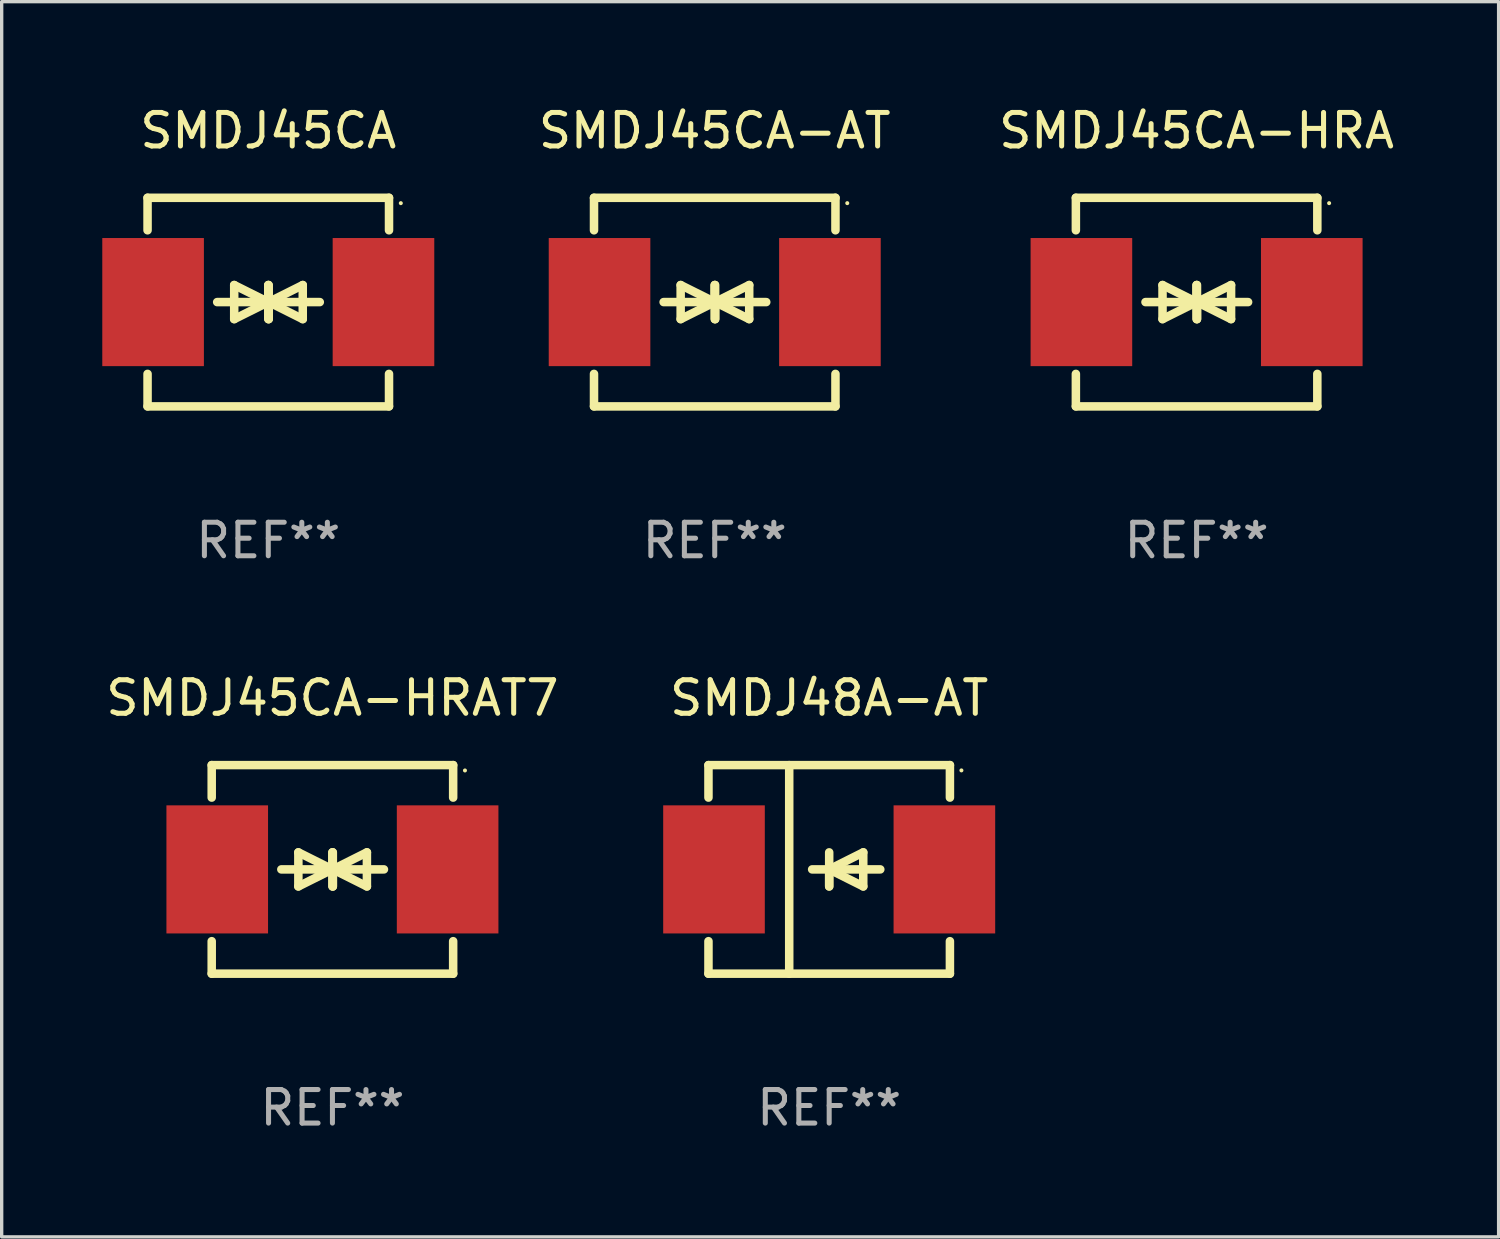
<source format=kicad_pcb>
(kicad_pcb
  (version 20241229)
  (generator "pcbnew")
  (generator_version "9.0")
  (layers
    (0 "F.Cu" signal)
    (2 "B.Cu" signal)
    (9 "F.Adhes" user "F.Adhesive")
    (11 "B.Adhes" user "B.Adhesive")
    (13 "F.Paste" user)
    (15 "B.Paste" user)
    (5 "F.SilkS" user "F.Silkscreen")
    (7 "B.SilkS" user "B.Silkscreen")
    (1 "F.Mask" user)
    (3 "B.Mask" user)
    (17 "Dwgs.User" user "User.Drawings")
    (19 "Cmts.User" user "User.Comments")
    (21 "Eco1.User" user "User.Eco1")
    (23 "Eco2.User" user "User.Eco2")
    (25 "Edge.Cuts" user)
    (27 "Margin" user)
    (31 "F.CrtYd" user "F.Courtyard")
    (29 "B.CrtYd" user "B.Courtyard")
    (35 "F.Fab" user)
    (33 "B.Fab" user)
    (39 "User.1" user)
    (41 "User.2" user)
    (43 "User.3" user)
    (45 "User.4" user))
  (footprint "SMDJ45CA-HRA"
    (layer "F.Cu")
    (at 32.632 5.958)
    (property "Reference" "SMDJ45CA-HRA" (at 0 -5.11 0) (layer "F.SilkS") (effects (font (size 1 1) (thickness 0.15))))
    (attr through_hole)
    (fp_line (start -3.6 -2.141) (end -3.6 -3.11) (stroke (width 0.254) (type solid)) (layer "F.SilkS"))
    (fp_line (start -3.6 3.11) (end -3.6 2.141) (stroke (width 0.254) (type solid)) (layer "F.SilkS"))
    (fp_line (start -1.524 0) (end 0.508 0) (stroke (width 0.254) (type solid)) (layer "F.SilkS"))
    (fp_line (start -1.016 -0.508) (end -1.016 0.508) (stroke (width 0.254) (type solid)) (layer "F.SilkS"))
    (fp_line (start -1.016 0.508) (end 0 0) (stroke (width 0.254) (type solid)) (layer "F.SilkS"))
    (fp_line (start 0 -0.508) (end 0 0.508) (stroke (width 0.254) (type solid)) (layer "F.SilkS"))
    (fp_line (start 0 0) (end -1.016 -0.508) (stroke (width 0.254) (type solid)) (layer "F.SilkS"))
    (fp_line (start 0 0) (end 0 -0.508) (stroke (width 0.254) (type solid)) (layer "F.SilkS"))
    (fp_line (start 0.012 0) (end 0.012 0.508) (stroke (width 0.254) (type solid)) (layer "F.SilkS"))
    (fp_line (start 0.012 0) (end 1.028 0.508) (stroke (width 0.254) (type solid)) (layer "F.SilkS"))
    (fp_line (start 0.012 0.508) (end 0.012 -0.508) (stroke (width 0.254) (type solid)) (layer "F.SilkS"))
    (fp_line (start 1.028 -0.508) (end 0.012 0) (stroke (width 0.254) (type solid)) (layer "F.SilkS"))
    (fp_line (start 1.028 0.508) (end 1.028 -0.508) (stroke (width 0.254) (type solid)) (layer "F.SilkS"))
    (fp_line (start 1.536 0) (end -0.496 0) (stroke (width 0.254) (type solid)) (layer "F.SilkS"))
    (fp_line (start 3.6 -3.11) (end -3.6 -3.11) (stroke (width 0.254) (type solid)) (layer "F.SilkS"))
    (fp_line (start 3.6 -2.141) (end 3.6 -3.11) (stroke (width 0.254) (type solid)) (layer "F.SilkS"))
    (fp_line (start 3.6 3.11) (end -3.6 3.11) (stroke (width 0.254) (type solid)) (layer "F.SilkS"))
    (fp_line (start 3.6 3.11) (end 3.6 2.141) (stroke (width 0.254) (type solid)) (layer "F.SilkS"))
    (fp_circle (center 3.952 -2.95) (end 3.982 -2.95) (stroke (width 0.06) (type solid)) (fill no) (layer "F.SilkS"))
    (fp_text user "REF**" (at 0 7.11 0) (layer "F.Fab") (effects (font (size 1 1) (thickness 0.15))))
    (pad "1" smd rect (at 3.435 0) (size 3.03 3.82) (layers "F.Cu" "F.Mask" "F.Paste"))
    (pad "2" smd rect (at -3.435 0) (size 3.03 3.82) (layers "F.Cu" "F.Mask" "F.Paste")))
  (footprint "SMDJ45CA"
    (layer "F.Cu")
    (at 4.95 5.958)
    (property "Reference" "SMDJ45CA" (at 0 -5.11 0) (layer "F.SilkS") (effects (font (size 1 1) (thickness 0.15))))
    (attr through_hole)
    (fp_line (start -3.6 -2.141) (end -3.6 -3.11) (stroke (width 0.254) (type solid)) (layer "F.SilkS"))
    (fp_line (start -3.6 3.11) (end -3.6 2.141) (stroke (width 0.254) (type solid)) (layer "F.SilkS"))
    (fp_line (start -1.524 0) (end 0.508 0) (stroke (width 0.254) (type solid)) (layer "F.SilkS"))
    (fp_line (start -1.016 -0.508) (end -1.016 0.508) (stroke (width 0.254) (type solid)) (layer "F.SilkS"))
    (fp_line (start -1.016 0.508) (end 0 0) (stroke (width 0.254) (type solid)) (layer "F.SilkS"))
    (fp_line (start 0 -0.508) (end 0 0.508) (stroke (width 0.254) (type solid)) (layer "F.SilkS"))
    (fp_line (start 0 0) (end -1.016 -0.508) (stroke (width 0.254) (type solid)) (layer "F.SilkS"))
    (fp_line (start 0 0) (end 0 -0.508) (stroke (width 0.254) (type solid)) (layer "F.SilkS"))
    (fp_line (start 0.012 0) (end 0.012 0.508) (stroke (width 0.254) (type solid)) (layer "F.SilkS"))
    (fp_line (start 0.012 0) (end 1.028 0.508) (stroke (width 0.254) (type solid)) (layer "F.SilkS"))
    (fp_line (start 0.012 0.508) (end 0.012 -0.508) (stroke (width 0.254) (type solid)) (layer "F.SilkS"))
    (fp_line (start 1.028 -0.508) (end 0.012 0) (stroke (width 0.254) (type solid)) (layer "F.SilkS"))
    (fp_line (start 1.028 0.508) (end 1.028 -0.508) (stroke (width 0.254) (type solid)) (layer "F.SilkS"))
    (fp_line (start 1.536 0) (end -0.496 0) (stroke (width 0.254) (type solid)) (layer "F.SilkS"))
    (fp_line (start 3.6 -3.11) (end -3.6 -3.11) (stroke (width 0.254) (type solid)) (layer "F.SilkS"))
    (fp_line (start 3.6 -2.141) (end 3.6 -3.11) (stroke (width 0.254) (type solid)) (layer "F.SilkS"))
    (fp_line (start 3.6 3.11) (end -3.6 3.11) (stroke (width 0.254) (type solid)) (layer "F.SilkS"))
    (fp_line (start 3.6 3.11) (end 3.6 2.141) (stroke (width 0.254) (type solid)) (layer "F.SilkS"))
    (fp_circle (center 3.952 -2.95) (end 3.982 -2.95) (stroke (width 0.06) (type solid)) (fill no) (layer "F.SilkS"))
    (fp_text user "REF**" (at 0 7.11 0) (layer "F.Fab") (effects (font (size 1 1) (thickness 0.15))))
    (pad "1" smd rect (at 3.435 0) (size 3.03 3.82) (layers "F.Cu" "F.Mask" "F.Paste"))
    (pad "2" smd rect (at -3.435 0) (size 3.03 3.82) (layers "F.Cu" "F.Mask" "F.Paste")))
  (footprint "SMDJ45CA-AT"
    (layer "F.Cu")
    (at 18.263 5.958)
    (property "Reference" "SMDJ45CA-AT" (at 0 -5.11 0) (layer "F.SilkS") (effects (font (size 1 1) (thickness 0.15))))
    (attr through_hole)
    (fp_line (start -3.6 -2.141) (end -3.6 -3.11) (stroke (width 0.254) (type solid)) (layer "F.SilkS"))
    (fp_line (start -3.6 3.11) (end -3.6 2.141) (stroke (width 0.254) (type solid)) (layer "F.SilkS"))
    (fp_line (start -1.524 0) (end 0.508 0) (stroke (width 0.254) (type solid)) (layer "F.SilkS"))
    (fp_line (start -1.016 -0.508) (end -1.016 0.508) (stroke (width 0.254) (type solid)) (layer "F.SilkS"))
    (fp_line (start -1.016 0.508) (end 0 0) (stroke (width 0.254) (type solid)) (layer "F.SilkS"))
    (fp_line (start 0 -0.508) (end 0 0.508) (stroke (width 0.254) (type solid)) (layer "F.SilkS"))
    (fp_line (start 0 0) (end -1.016 -0.508) (stroke (width 0.254) (type solid)) (layer "F.SilkS"))
    (fp_line (start 0 0) (end 0 -0.508) (stroke (width 0.254) (type solid)) (layer "F.SilkS"))
    (fp_line (start 0.012 0) (end 0.012 0.508) (stroke (width 0.254) (type solid)) (layer "F.SilkS"))
    (fp_line (start 0.012 0) (end 1.028 0.508) (stroke (width 0.254) (type solid)) (layer "F.SilkS"))
    (fp_line (start 0.012 0.508) (end 0.012 -0.508) (stroke (width 0.254) (type solid)) (layer "F.SilkS"))
    (fp_line (start 1.028 -0.508) (end 0.012 0) (stroke (width 0.254) (type solid)) (layer "F.SilkS"))
    (fp_line (start 1.028 0.508) (end 1.028 -0.508) (stroke (width 0.254) (type solid)) (layer "F.SilkS"))
    (fp_line (start 1.536 0) (end -0.496 0) (stroke (width 0.254) (type solid)) (layer "F.SilkS"))
    (fp_line (start 3.6 -3.11) (end -3.6 -3.11) (stroke (width 0.254) (type solid)) (layer "F.SilkS"))
    (fp_line (start 3.6 -2.141) (end 3.6 -3.11) (stroke (width 0.254) (type solid)) (layer "F.SilkS"))
    (fp_line (start 3.6 3.11) (end -3.6 3.11) (stroke (width 0.254) (type solid)) (layer "F.SilkS"))
    (fp_line (start 3.6 3.11) (end 3.6 2.141) (stroke (width 0.254) (type solid)) (layer "F.SilkS"))
    (fp_circle (center 3.952 -2.95) (end 3.982 -2.95) (stroke (width 0.06) (type solid)) (fill no) (layer "F.SilkS"))
    (fp_text user "REF**" (at 0 7.11 0) (layer "F.Fab") (effects (font (size 1 1) (thickness 0.15))))
    (pad "1" smd rect (at 3.435 0) (size 3.03 3.82) (layers "F.Cu" "F.Mask" "F.Paste"))
    (pad "2" smd rect (at -3.435 0) (size 3.03 3.82) (layers "F.Cu" "F.Mask" "F.Paste")))
  (footprint "SMDJ45CA-HRAT7"
    (layer "F.Cu")
    (at 6.863 22.875)
    (property "Reference" "SMDJ45CA-HRAT7" (at 0 -5.11 0) (layer "F.SilkS") (effects (font (size 1 1) (thickness 0.15))))
    (attr through_hole)
    (fp_line (start -3.6 -2.141) (end -3.6 -3.11) (stroke (width 0.254) (type solid)) (layer "F.SilkS"))
    (fp_line (start -3.6 3.11) (end -3.6 2.141) (stroke (width 0.254) (type solid)) (layer "F.SilkS"))
    (fp_line (start -1.524 0) (end 0.508 0) (stroke (width 0.254) (type solid)) (layer "F.SilkS"))
    (fp_line (start -1.016 -0.508) (end -1.016 0.508) (stroke (width 0.254) (type solid)) (layer "F.SilkS"))
    (fp_line (start -1.016 0.508) (end 0 0) (stroke (width 0.254) (type solid)) (layer "F.SilkS"))
    (fp_line (start 0 -0.508) (end 0 0.508) (stroke (width 0.254) (type solid)) (layer "F.SilkS"))
    (fp_line (start 0 0) (end -1.016 -0.508) (stroke (width 0.254) (type solid)) (layer "F.SilkS"))
    (fp_line (start 0 0) (end 0 -0.508) (stroke (width 0.254) (type solid)) (layer "F.SilkS"))
    (fp_line (start 0.012 0) (end 0.012 0.508) (stroke (width 0.254) (type solid)) (layer "F.SilkS"))
    (fp_line (start 0.012 0) (end 1.028 0.508) (stroke (width 0.254) (type solid)) (layer "F.SilkS"))
    (fp_line (start 0.012 0.508) (end 0.012 -0.508) (stroke (width 0.254) (type solid)) (layer "F.SilkS"))
    (fp_line (start 1.028 -0.508) (end 0.012 0) (stroke (width 0.254) (type solid)) (layer "F.SilkS"))
    (fp_line (start 1.028 0.508) (end 1.028 -0.508) (stroke (width 0.254) (type solid)) (layer "F.SilkS"))
    (fp_line (start 1.536 0) (end -0.496 0) (stroke (width 0.254) (type solid)) (layer "F.SilkS"))
    (fp_line (start 3.6 -3.11) (end -3.6 -3.11) (stroke (width 0.254) (type solid)) (layer "F.SilkS"))
    (fp_line (start 3.6 -2.141) (end 3.6 -3.11) (stroke (width 0.254) (type solid)) (layer "F.SilkS"))
    (fp_line (start 3.6 3.11) (end -3.6 3.11) (stroke (width 0.254) (type solid)) (layer "F.SilkS"))
    (fp_line (start 3.6 3.11) (end 3.6 2.141) (stroke (width 0.254) (type solid)) (layer "F.SilkS"))
    (fp_circle (center 3.952 -2.95) (end 3.982 -2.95) (stroke (width 0.06) (type solid)) (fill no) (layer "F.SilkS"))
    (fp_text user "REF**" (at 0 7.11 0) (layer "F.Fab") (effects (font (size 1 1) (thickness 0.15))))
    (pad "1" smd rect (at 3.435 0) (size 3.03 3.82) (layers "F.Cu" "F.Mask" "F.Paste"))
    (pad "2" smd rect (at -3.435 0) (size 3.03 3.82) (layers "F.Cu" "F.Mask" "F.Paste")))
  (footprint "SMDJ48A-AT"
    (layer "F.Cu")
    (at 21.676 22.875)
    (property "Reference" "SMDJ48A-AT" (at 0 -5.11 0) (layer "F.SilkS") (effects (font (size 1 1) (thickness 0.15))))
    (attr through_hole)
    (fp_line (start -3.6 -3.11) (end -3.6 -2.141) (stroke (width 0.254) (type solid)) (layer "F.SilkS"))
    (fp_line (start -3.6 -3.11) (end 3.6 -3.11) (stroke (width 0.254) (type solid)) (layer "F.SilkS"))
    (fp_line (start -3.6 2.141) (end -3.6 3.11) (stroke (width 0.254) (type solid)) (layer "F.SilkS"))
    (fp_line (start -3.6 3.11) (end 3.6 3.11) (stroke (width 0.254) (type solid)) (layer "F.SilkS"))
    (fp_line (start -1.192 -3.11) (end -1.192 3.11) (stroke (width 0.254) (type solid)) (layer "F.SilkS"))
    (fp_line (start 0 0) (end 0 0.508) (stroke (width 0.254) (type solid)) (layer "F.SilkS"))
    (fp_line (start 0 0) (end 1.016 0.508) (stroke (width 0.254) (type solid)) (layer "F.SilkS"))
    (fp_line (start 0 0.508) (end 0 -0.508) (stroke (width 0.254) (type solid)) (layer "F.SilkS"))
    (fp_line (start 1.016 -0.508) (end 0 0) (stroke (width 0.254) (type solid)) (layer "F.SilkS"))
    (fp_line (start 1.016 0.508) (end 1.016 -0.508) (stroke (width 0.254) (type solid)) (layer "F.SilkS"))
    (fp_line (start 1.524 0) (end -0.508 0) (stroke (width 0.254) (type solid)) (layer "F.SilkS"))
    (fp_line (start 3.6 -3.11) (end 3.6 -2.141) (stroke (width 0.254) (type solid)) (layer "F.SilkS"))
    (fp_line (start 3.6 2.141) (end 3.6 3.11) (stroke (width 0.254) (type solid)) (layer "F.SilkS"))
    (fp_circle (center 3.943 -2.952) (end 3.973 -2.952) (stroke (width 0.06) (type solid)) (fill no) (layer "F.SilkS"))
    (fp_text user "REF**" (at 0 7.11 0) (layer "F.Fab") (effects (font (size 1 1) (thickness 0.15))))
    (pad "1" smd rect (at 3.435 0 180) (size 3.03 3.82) (layers "F.Cu" "F.Mask" "F.Paste"))
    (pad "2" smd rect (at -3.435 0 180) (size 3.03 3.82) (layers "F.Cu" "F.Mask" "F.Paste")))
  (gr_rect
    (start -3 -3)
    (end 41.638 33.833)
    (stroke (width 0.1) (type default))
    (fill no)
    (layer "Edge.Cuts")))
</source>
